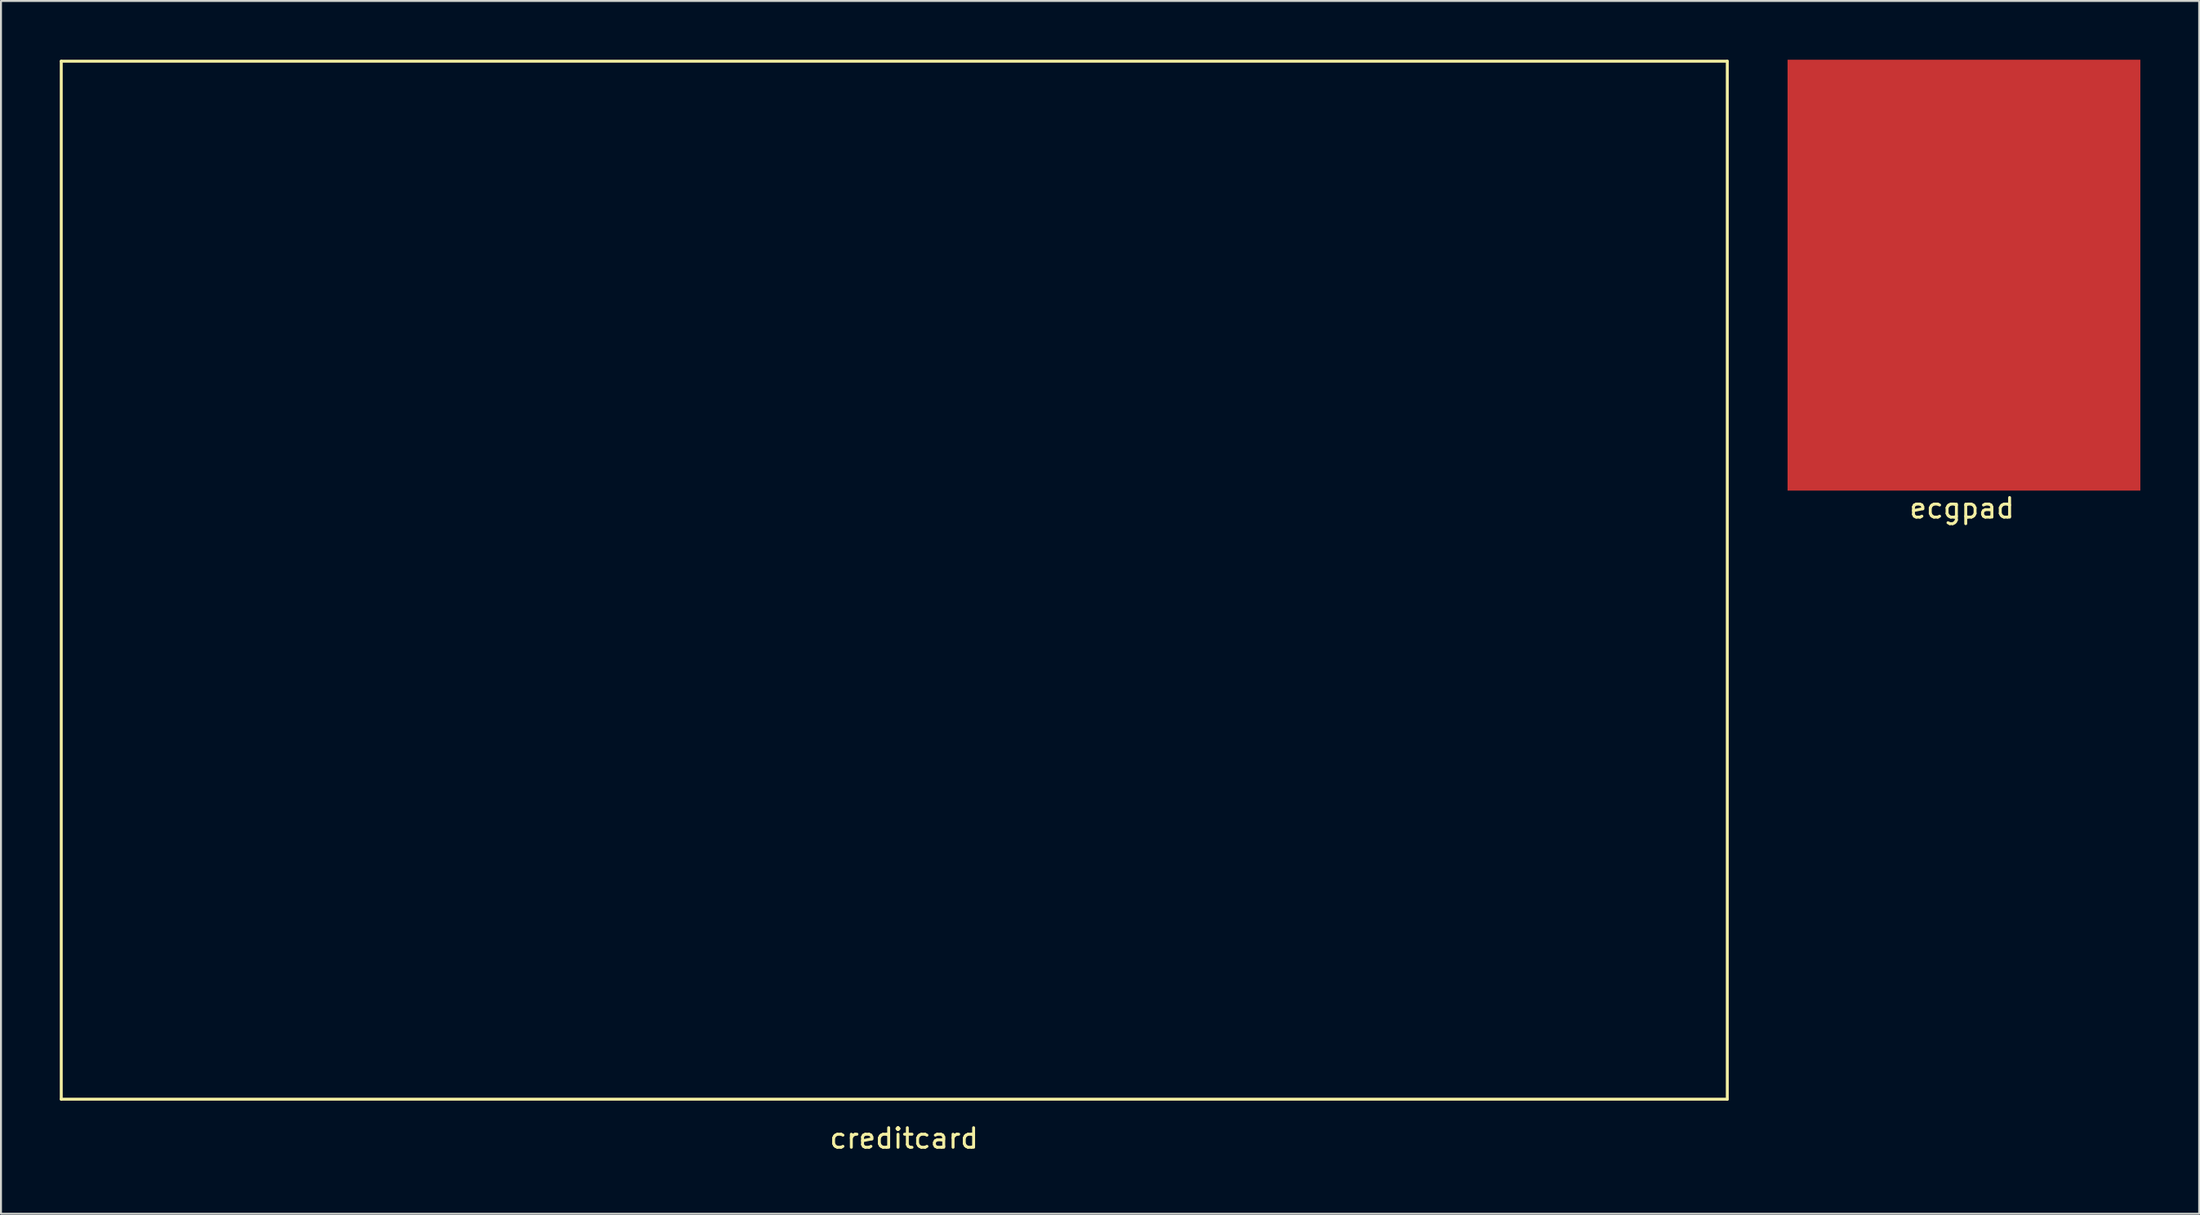
<source format=kicad_pcb>
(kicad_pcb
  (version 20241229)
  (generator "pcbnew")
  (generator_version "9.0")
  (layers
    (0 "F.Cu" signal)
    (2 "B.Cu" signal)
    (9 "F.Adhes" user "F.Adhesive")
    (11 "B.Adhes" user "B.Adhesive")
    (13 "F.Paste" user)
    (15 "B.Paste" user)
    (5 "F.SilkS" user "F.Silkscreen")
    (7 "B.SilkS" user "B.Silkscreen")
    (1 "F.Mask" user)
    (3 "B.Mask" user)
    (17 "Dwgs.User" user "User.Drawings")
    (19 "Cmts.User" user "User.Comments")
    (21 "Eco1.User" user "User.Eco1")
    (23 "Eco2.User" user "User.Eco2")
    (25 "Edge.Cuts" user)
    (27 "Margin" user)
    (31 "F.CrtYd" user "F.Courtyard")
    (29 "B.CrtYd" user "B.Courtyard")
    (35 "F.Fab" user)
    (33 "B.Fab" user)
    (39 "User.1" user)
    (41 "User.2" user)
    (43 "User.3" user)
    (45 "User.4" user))
  (footprint "creditcard"
    (layer "F.Cu")
    (at 42.075 5.075)
    (property "Reference" "creditcard" (at 1 50 0) (layer "F.SilkS") (effects (font (size 1 1) (thickness 0.15))))
    (attr through_hole)
    (fp_line (start -42 -5) (end -42 48) (stroke (width 0.15) (type solid)) (layer "F.SilkS"))
    (fp_line (start -42 48) (end 43 48) (stroke (width 0.15) (type solid)) (layer "F.SilkS"))
    (fp_line (start 43 -5) (end -42 -5) (stroke (width 0.15) (type solid)) (layer "F.SilkS"))
    (fp_line (start 43 48) (end 43 -5) (stroke (width 0.15) (type solid)) (layer "F.SilkS")))
  (footprint "ecgpad"
    (layer "F.Cu")
    (at 97.15 11)
    (property "Reference" "ecgpad" (at -0.1 11.9 0) (layer "F.SilkS") (effects (font (size 1 1) (thickness 0.15))))
    (attr through_hole)
    (pad "1" smd rect (at 0 0) (size 18 22) (layers "F.Cu" "F.Mask" "F.Paste")))
  (gr_rect
    (start -3 -3)
    (end 109.15 58.923)
    (stroke (width 0.1) (type default))
    (fill no)
    (layer "Edge.Cuts")))
</source>
